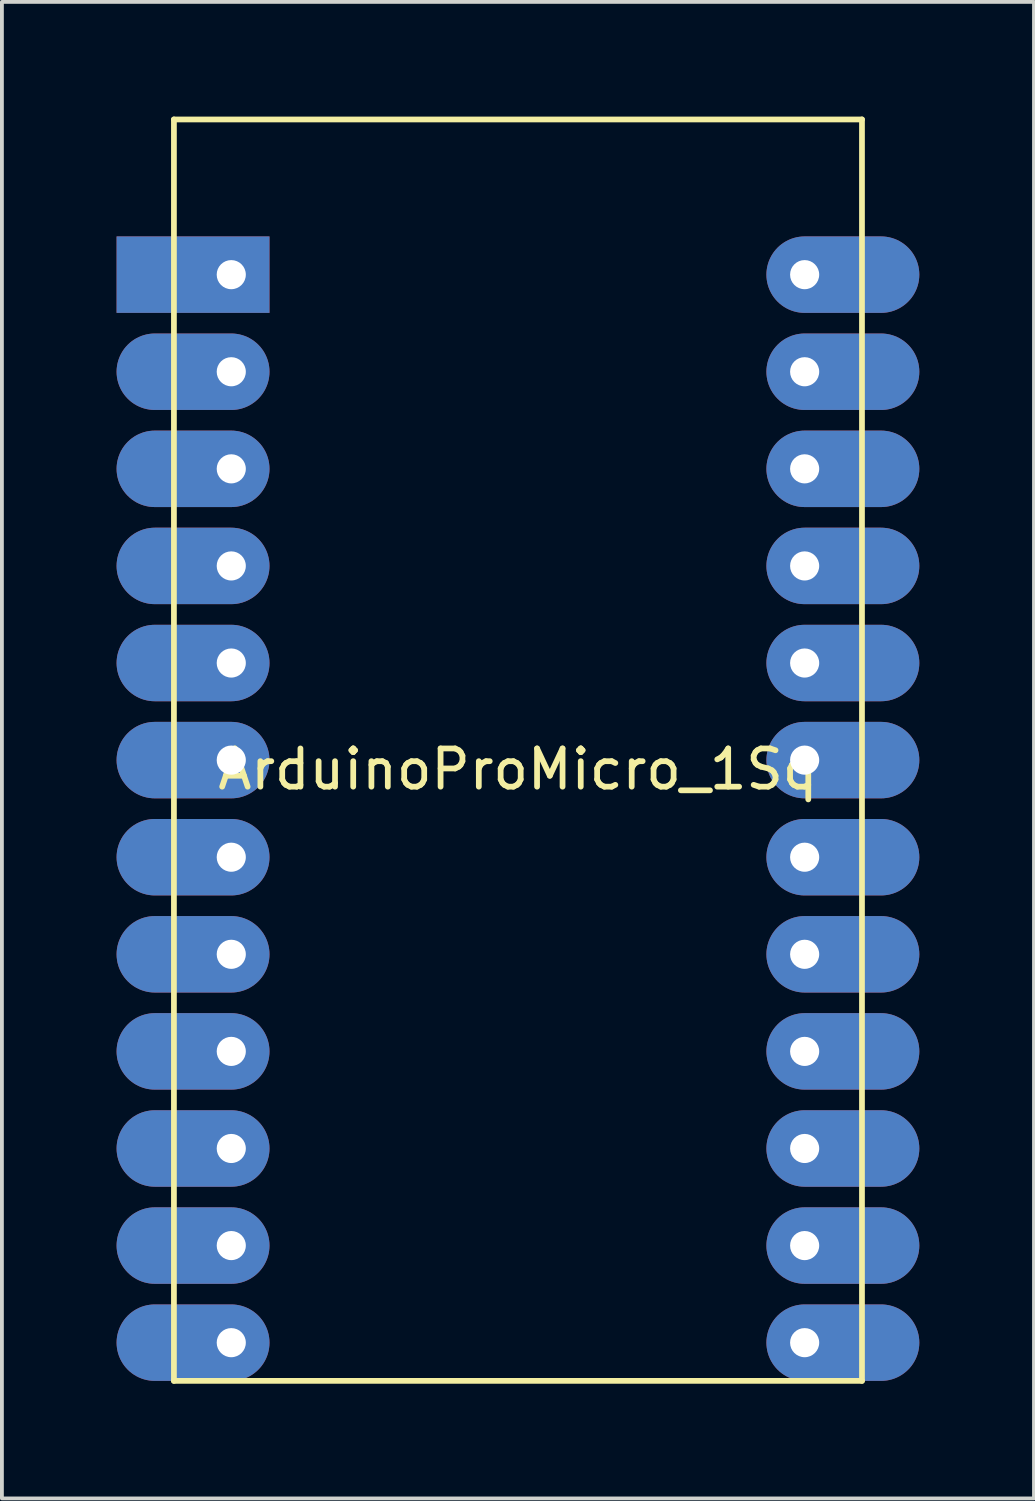
<source format=kicad_pcb>
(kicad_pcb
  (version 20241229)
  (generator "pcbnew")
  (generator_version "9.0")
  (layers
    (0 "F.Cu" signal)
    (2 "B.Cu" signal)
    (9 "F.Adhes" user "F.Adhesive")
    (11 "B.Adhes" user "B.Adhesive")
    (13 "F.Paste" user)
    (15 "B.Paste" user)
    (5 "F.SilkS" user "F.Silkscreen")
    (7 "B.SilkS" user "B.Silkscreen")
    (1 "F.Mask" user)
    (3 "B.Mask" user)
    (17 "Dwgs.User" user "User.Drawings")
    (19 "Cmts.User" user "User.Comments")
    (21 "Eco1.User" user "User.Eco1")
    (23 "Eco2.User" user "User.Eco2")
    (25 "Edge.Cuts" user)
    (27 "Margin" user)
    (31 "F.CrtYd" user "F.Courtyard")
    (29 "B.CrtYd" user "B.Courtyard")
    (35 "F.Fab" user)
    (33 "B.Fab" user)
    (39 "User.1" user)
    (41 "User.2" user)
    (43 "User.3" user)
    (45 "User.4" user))
  (footprint "ArduinoProMicro_1Sq"
    (layer "F.Cu")
    (at 10.5 16.575)
    (property "Reference" "ArduinoProMicro_1Sq" (at 0 0.5 0) (layer "F.SilkS") (effects (font (size 1 1) (thickness 0.15))))
    (attr through_hole)
    (fp_line (start -9 -16.5) (end -9 16.5) (stroke (width 0.15) (type solid)) (layer "F.SilkS"))
    (fp_line (start -9 16.5) (end 9 16.5) (stroke (width 0.15) (type solid)) (layer "F.SilkS"))
    (fp_line (start 9 -16.5) (end -9 -16.5) (stroke (width 0.15) (type solid)) (layer "F.SilkS"))
    (fp_line (start 9 16.5) (end 9 -16.5) (stroke (width 0.15) (type solid)) (layer "F.SilkS"))
    (pad "1" thru_hole rect (at -7.5 -12.44) (size 4 2) (drill 0.762 (offset -1 0)) (layers "*.Cu" "*.Mask"))
    (pad "2" thru_hole oval (at -7.5 -9.9) (size 4 2) (drill 0.762 (offset -1 0)) (layers "*.Cu" "*.Mask"))
    (pad "3" thru_hole oval (at -7.5 -7.36) (size 4 2) (drill 0.762 (offset -1 0)) (layers "*.Cu" "*.Mask"))
    (pad "4" thru_hole oval (at -7.5 -4.82) (size 4 2) (drill 0.762 (offset -1 0)) (layers "*.Cu" "*.Mask"))
    (pad "5" thru_hole oval (at -7.5 -2.28) (size 4 2) (drill 0.762 (offset -1 0)) (layers "*.Cu" "*.Mask"))
    (pad "6" thru_hole oval (at -7.5 0.26) (size 4 2) (drill 0.762 (offset -1 0)) (layers "*.Cu" "*.Mask"))
    (pad "7" thru_hole oval (at -7.5 2.8) (size 4 2) (drill 0.762 (offset -1 0)) (layers "*.Cu" "*.Mask"))
    (pad "8" thru_hole oval (at -7.5 5.34) (size 4 2) (drill 0.762 (offset -1 0)) (layers "*.Cu" "*.Mask"))
    (pad "9" thru_hole oval (at -7.5 7.88) (size 4 2) (drill 0.762 (offset -1 0)) (layers "*.Cu" "*.Mask"))
    (pad "10" thru_hole oval (at -7.5 10.42) (size 4 2) (drill 0.762 (offset -1 0)) (layers "*.Cu" "*.Mask"))
    (pad "11" thru_hole oval (at -7.5 12.96) (size 4 2) (drill 0.762 (offset -1 0)) (layers "*.Cu" "*.Mask"))
    (pad "12" thru_hole oval (at -7.5 15.5) (size 4 2) (drill 0.762 (offset -1 0)) (layers "*.Cu" "*.Mask"))
    (pad "13" thru_hole oval (at 7.5 15.5) (size 4 2) (drill 0.762 (offset 1 0)) (layers "*.Cu" "*.Mask"))
    (pad "14" thru_hole oval (at 7.5 12.96) (size 4 2) (drill 0.762 (offset 1 0)) (layers "*.Cu" "*.Mask"))
    (pad "15" thru_hole oval (at 7.5 10.42) (size 4 2) (drill 0.762 (offset 1 0)) (layers "*.Cu" "*.Mask"))
    (pad "16" thru_hole oval (at 7.5 7.88) (size 4 2) (drill 0.762 (offset 1 0)) (layers "*.Cu" "*.Mask"))
    (pad "17" thru_hole oval (at 7.5 5.34) (size 4 2) (drill 0.762 (offset 1 0)) (layers "*.Cu" "*.Mask"))
    (pad "18" thru_hole oval (at 7.5 2.8) (size 4 2) (drill 0.762 (offset 1 0)) (layers "*.Cu" "*.Mask"))
    (pad "19" thru_hole oval (at 7.5 0.26) (size 4 2) (drill 0.762 (offset 1 0)) (layers "*.Cu" "*.Mask"))
    (pad "20" thru_hole oval (at 7.5 -2.28) (size 4 2) (drill 0.762 (offset 1 0)) (layers "*.Cu" "*.Mask"))
    (pad "21" thru_hole oval (at 7.5 -4.82) (size 4 2) (drill 0.762 (offset 1 0)) (layers "*.Cu" "*.Mask"))
    (pad "22" thru_hole oval (at 7.5 -7.36) (size 4 2) (drill 0.762 (offset 1 0)) (layers "*.Cu" "*.Mask"))
    (pad "23" thru_hole oval (at 7.5 -9.9) (size 4 2) (drill 0.762 (offset 1 0)) (layers "*.Cu" "*.Mask"))
    (pad "24" thru_hole oval (at 7.5 -12.44) (size 4 2) (drill 0.762 (offset 1 0)) (layers "*.Cu" "*.Mask")))
  (gr_rect
    (start -3 -3)
    (end 24 36.15)
    (stroke (width 0.1) (type default))
    (fill no)
    (layer "Edge.Cuts")))
</source>
